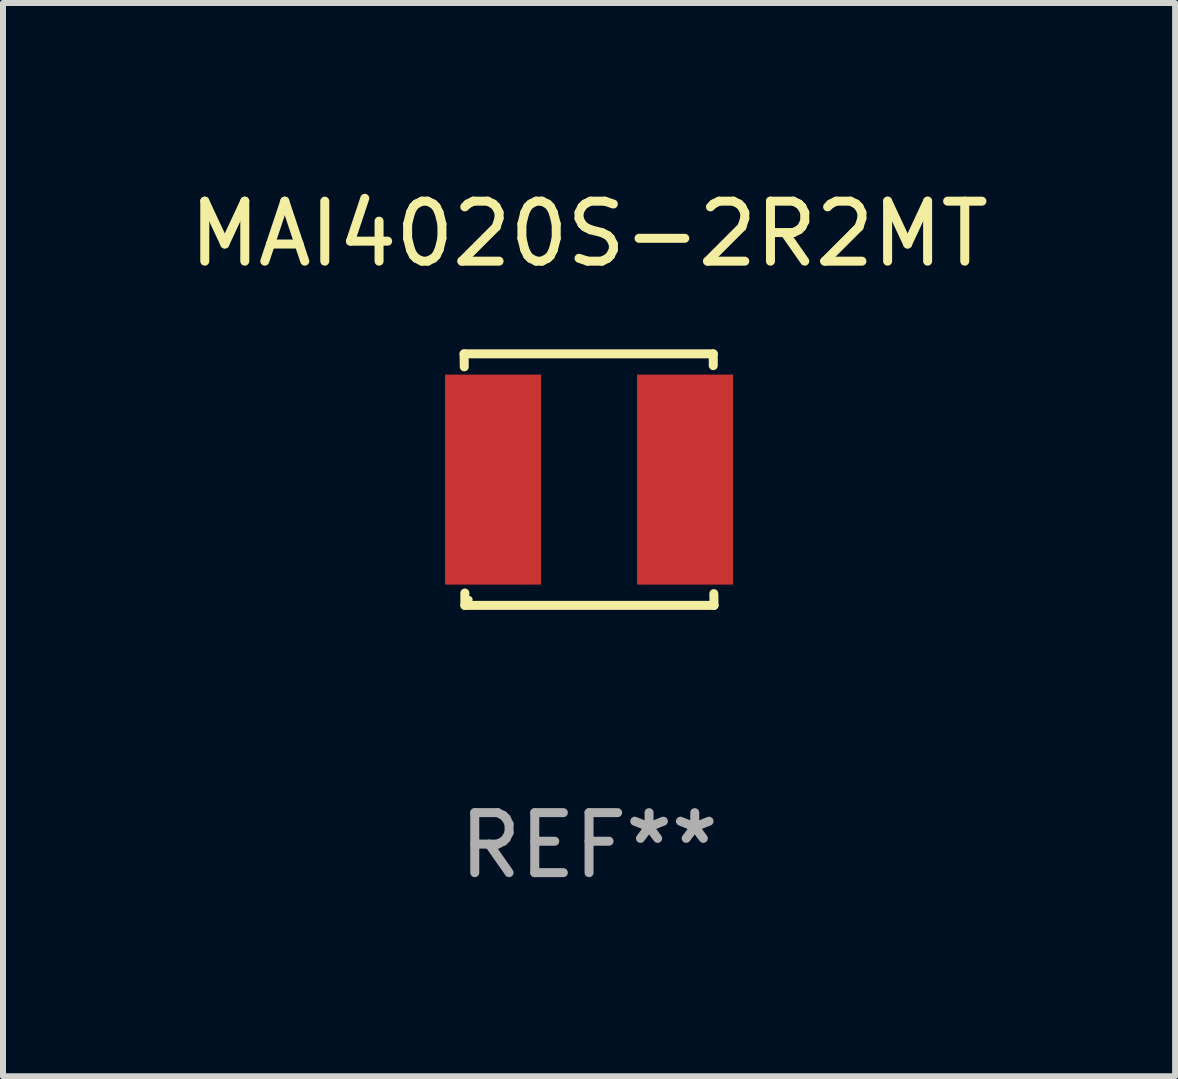
<source format=kicad_pcb>
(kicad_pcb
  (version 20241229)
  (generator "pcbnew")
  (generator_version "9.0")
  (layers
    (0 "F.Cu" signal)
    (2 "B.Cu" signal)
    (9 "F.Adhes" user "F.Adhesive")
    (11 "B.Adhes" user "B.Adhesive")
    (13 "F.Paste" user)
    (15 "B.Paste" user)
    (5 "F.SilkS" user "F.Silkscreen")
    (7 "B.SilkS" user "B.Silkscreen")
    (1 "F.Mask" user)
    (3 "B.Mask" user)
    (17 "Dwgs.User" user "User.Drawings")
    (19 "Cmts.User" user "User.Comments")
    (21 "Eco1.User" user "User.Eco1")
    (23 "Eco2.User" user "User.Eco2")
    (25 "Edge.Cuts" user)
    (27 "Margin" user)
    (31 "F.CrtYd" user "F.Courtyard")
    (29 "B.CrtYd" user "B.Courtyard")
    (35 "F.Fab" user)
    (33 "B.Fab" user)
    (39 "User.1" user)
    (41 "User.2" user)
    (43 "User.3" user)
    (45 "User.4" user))
  (footprint "MAI4020S-2R2MT"
    (layer "F.Cu")
    (at 6.768 4.944)
    (property "Reference" "MAI4020S-2R2MT" (at 0 -4.096 0) (layer "F.SilkS") (effects (font (size 1 1) (thickness 0.15))))
    (attr through_hole)
    (fp_line (start -2.083 -2.096) (end -2.08 -1.88) (stroke (width 0.15) (type solid)) (layer "F.SilkS"))
    (fp_line (start -2.07 1.89) (end -2.07 2.096) (stroke (width 0.15) (type solid)) (layer "F.SilkS"))
    (fp_line (start -2.07 2.096) (end 2.083 2.096) (stroke (width 0.15) (type solid)) (layer "F.SilkS"))
    (fp_line (start 2.07 -1.9) (end 2.07 -2.096) (stroke (width 0.15) (type solid)) (layer "F.SilkS"))
    (fp_line (start 2.07 -2.096) (end -2.083 -2.096) (stroke (width 0.15) (type solid)) (layer "F.SilkS"))
    (fp_line (start 2.083 2.096) (end 2.08 1.9) (stroke (width 0.15) (type solid)) (layer "F.SilkS"))
    (fp_circle (center -2 2) (end -1.97 2) (stroke (width 0.06) (type solid)) (fill no) (layer "F.SilkS"))
    (fp_text user "REF**" (at 0 6.096 0) (layer "F.Fab") (effects (font (size 1 1) (thickness 0.15))))
    (pad "1" smd rect (at -1.6 -0.000343) (size 1.6 3.5) (layers "F.Cu" "F.Mask" "F.Paste"))
    (pad "2" smd rect (at 1.6 -0.000343) (size 1.6 3.5) (layers "F.Cu" "F.Mask" "F.Paste")))
  (gr_rect
    (start -3 -3)
    (end 16.536 14.888)
    (stroke (width 0.1) (type default))
    (fill no)
    (layer "Edge.Cuts")))
</source>
